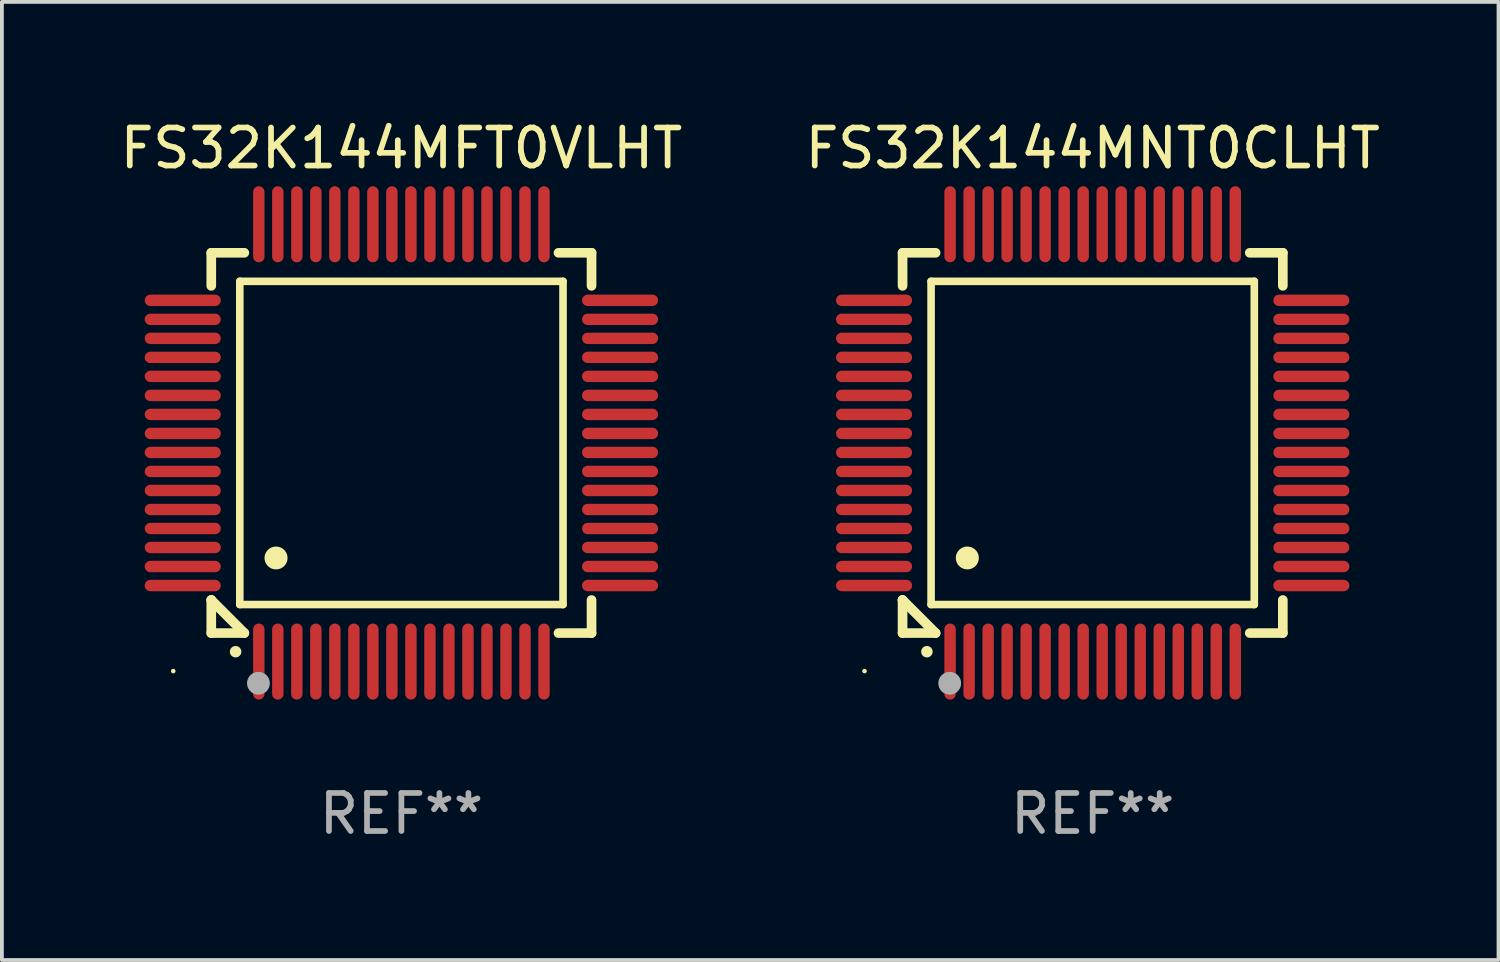
<source format=kicad_pcb>
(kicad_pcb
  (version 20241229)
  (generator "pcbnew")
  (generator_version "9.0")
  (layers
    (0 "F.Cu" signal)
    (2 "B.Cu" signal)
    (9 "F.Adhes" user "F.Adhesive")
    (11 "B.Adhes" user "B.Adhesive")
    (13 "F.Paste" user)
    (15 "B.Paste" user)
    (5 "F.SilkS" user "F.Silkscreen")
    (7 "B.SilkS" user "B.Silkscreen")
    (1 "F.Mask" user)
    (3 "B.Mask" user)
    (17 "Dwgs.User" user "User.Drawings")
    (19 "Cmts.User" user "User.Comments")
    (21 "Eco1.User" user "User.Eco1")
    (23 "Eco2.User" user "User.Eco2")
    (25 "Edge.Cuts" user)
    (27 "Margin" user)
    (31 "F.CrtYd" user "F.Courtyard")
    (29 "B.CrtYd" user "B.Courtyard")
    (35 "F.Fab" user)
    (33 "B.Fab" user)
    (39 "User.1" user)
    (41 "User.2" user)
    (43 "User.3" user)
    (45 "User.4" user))
  (footprint "FS32K144MNT0CLHT"
    (layer "F.Cu")
    (at 25.685 8.598)
    (property "Reference" "FS32K144MNT0CLHT" (at 0 -7.75 0) (layer "F.SilkS") (effects (font (size 1 1) (thickness 0.15))))
    (attr through_hole)
    (fp_line (start -5 -5) (end -4.131 -5) (stroke (width 0.254) (type solid)) (layer "F.SilkS"))
    (fp_line (start -5 -4.131) (end -5 -5) (stroke (width 0.254) (type solid)) (layer "F.SilkS"))
    (fp_line (start -5 4.131) (end -5 4.131) (stroke (width 0.254) (type solid)) (layer "F.SilkS"))
    (fp_line (start -5 5) (end -5 4.131) (stroke (width 0.254) (type solid)) (layer "F.SilkS"))
    (fp_line (start -5 4.131) (end -4.131 5) (stroke (width 0.254) (type solid)) (layer "F.SilkS"))
    (fp_line (start -4.25 -4.25) (end -4.25 4.25) (stroke (width 0.2) (type solid)) (layer "F.SilkS"))
    (fp_line (start -4.25 4.25) (end 4.25 4.25) (stroke (width 0.2) (type solid)) (layer "F.SilkS"))
    (fp_line (start -4.131 5) (end -5 5) (stroke (width 0.254) (type solid)) (layer "F.SilkS"))
    (fp_line (start 4.25 -4.25) (end -4.25 -4.25) (stroke (width 0.2) (type solid)) (layer "F.SilkS"))
    (fp_line (start 4.25 4.25) (end 4.25 -4.25) (stroke (width 0.2) (type solid)) (layer "F.SilkS"))
    (fp_line (start 5 -5) (end 4.131 -5) (stroke (width 0.254) (type solid)) (layer "F.SilkS"))
    (fp_line (start 5 -5) (end 5 -4.131) (stroke (width 0.254) (type solid)) (layer "F.SilkS"))
    (fp_line (start 5 4.131) (end 5 5) (stroke (width 0.254) (type solid)) (layer "F.SilkS"))
    (fp_line (start 5 5) (end 4.131 5) (stroke (width 0.254) (type solid)) (layer "F.SilkS"))
    (fp_arc (start -4.361265 5.489992) (mid -4.359995 5.489987) (end -4.358725 5.489992) (stroke (width 0.3) (type solid)) (layer "F.SilkS"))
    (fp_arc (start -3.299467 3.025146) (mid -3.296927 3.025135) (end -3.294387 3.025146) (stroke (width 0.6) (type solid)) (layer "F.SilkS"))
    (fp_circle (center -6 6) (end -5.97 6) (stroke (width 0.06) (type solid)) (fill no) (layer "F.SilkS"))
    (fp_circle (center -3.76 6.32) (end -3.61 6.32) (stroke (width 0.3) (type solid)) (fill no) (layer "F.Fab"))
    (fp_text user "REF**" (at 0 9.75 0) (layer "F.Fab") (effects (font (size 1 1) (thickness 0.15))))
    (pad "1" smd oval (at -3.75 5.75) (size 0.3 2) (layers "F.Cu" "F.Mask" "F.Paste"))
    (pad "2" smd oval (at -3.25 5.75) (size 0.3 2) (layers "F.Cu" "F.Mask" "F.Paste"))
    (pad "3" smd oval (at -2.75 5.75) (size 0.3 2) (layers "F.Cu" "F.Mask" "F.Paste"))
    (pad "4" smd oval (at -2.25 5.75) (size 0.3 2) (layers "F.Cu" "F.Mask" "F.Paste"))
    (pad "5" smd oval (at -1.75 5.75) (size 0.3 2) (layers "F.Cu" "F.Mask" "F.Paste"))
    (pad "6" smd oval (at -1.25 5.75) (size 0.3 2) (layers "F.Cu" "F.Mask" "F.Paste"))
    (pad "7" smd oval (at -0.75 5.75) (size 0.3 2) (layers "F.Cu" "F.Mask" "F.Paste"))
    (pad "8" smd oval (at -0.25 5.75) (size 0.3 2) (layers "F.Cu" "F.Mask" "F.Paste"))
    (pad "9" smd oval (at 0.25 5.75) (size 0.3 2) (layers "F.Cu" "F.Mask" "F.Paste"))
    (pad "10" smd oval (at 0.75 5.75) (size 0.3 2) (layers "F.Cu" "F.Mask" "F.Paste"))
    (pad "11" smd oval (at 1.25 5.75) (size 0.3 2) (layers "F.Cu" "F.Mask" "F.Paste"))
    (pad "12" smd oval (at 1.75 5.75) (size 0.3 2) (layers "F.Cu" "F.Mask" "F.Paste"))
    (pad "13" smd oval (at 2.25 5.75) (size 0.3 2) (layers "F.Cu" "F.Mask" "F.Paste"))
    (pad "14" smd oval (at 2.75 5.75) (size 0.3 2) (layers "F.Cu" "F.Mask" "F.Paste"))
    (pad "15" smd oval (at 3.25 5.75) (size 0.3 2) (layers "F.Cu" "F.Mask" "F.Paste"))
    (pad "16" smd oval (at 3.75 5.75) (size 0.3 2) (layers "F.Cu" "F.Mask" "F.Paste"))
    (pad "17" smd oval (at 5.75 3.75) (size 2 0.3) (layers "F.Cu" "F.Mask" "F.Paste"))
    (pad "18" smd oval (at 5.75 3.25) (size 2 0.3) (layers "F.Cu" "F.Mask" "F.Paste"))
    (pad "19" smd oval (at 5.75 2.75) (size 2 0.3) (layers "F.Cu" "F.Mask" "F.Paste"))
    (pad "20" smd oval (at 5.75 2.25) (size 2 0.3) (layers "F.Cu" "F.Mask" "F.Paste"))
    (pad "21" smd oval (at 5.75 1.75) (size 2 0.3) (layers "F.Cu" "F.Mask" "F.Paste"))
    (pad "22" smd oval (at 5.75 1.25) (size 2 0.3) (layers "F.Cu" "F.Mask" "F.Paste"))
    (pad "23" smd oval (at 5.75 0.75) (size 2 0.3) (layers "F.Cu" "F.Mask" "F.Paste"))
    (pad "24" smd oval (at 5.75 0.25) (size 2 0.3) (layers "F.Cu" "F.Mask" "F.Paste"))
    (pad "25" smd oval (at 5.75 -0.25) (size 2 0.3) (layers "F.Cu" "F.Mask" "F.Paste"))
    (pad "26" smd oval (at 5.75 -0.75) (size 2 0.3) (layers "F.Cu" "F.Mask" "F.Paste"))
    (pad "27" smd oval (at 5.75 -1.25) (size 2 0.3) (layers "F.Cu" "F.Mask" "F.Paste"))
    (pad "28" smd oval (at 5.75 -1.75) (size 2 0.3) (layers "F.Cu" "F.Mask" "F.Paste"))
    (pad "29" smd oval (at 5.75 -2.25) (size 2 0.3) (layers "F.Cu" "F.Mask" "F.Paste"))
    (pad "30" smd oval (at 5.75 -2.75) (size 2 0.3) (layers "F.Cu" "F.Mask" "F.Paste"))
    (pad "31" smd oval (at 5.75 -3.25) (size 2 0.3) (layers "F.Cu" "F.Mask" "F.Paste"))
    (pad "32" smd oval (at 5.75 -3.75) (size 2 0.3) (layers "F.Cu" "F.Mask" "F.Paste"))
    (pad "33" smd oval (at 3.75 -5.75) (size 0.3 2) (layers "F.Cu" "F.Mask" "F.Paste"))
    (pad "34" smd oval (at 3.25 -5.75) (size 0.3 2) (layers "F.Cu" "F.Mask" "F.Paste"))
    (pad "35" smd oval (at 2.75 -5.75) (size 0.3 2) (layers "F.Cu" "F.Mask" "F.Paste"))
    (pad "36" smd oval (at 2.25 -5.75) (size 0.3 2) (layers "F.Cu" "F.Mask" "F.Paste"))
    (pad "37" smd oval (at 1.75 -5.75) (size 0.3 2) (layers "F.Cu" "F.Mask" "F.Paste"))
    (pad "38" smd oval (at 1.25 -5.75) (size 0.3 2) (layers "F.Cu" "F.Mask" "F.Paste"))
    (pad "39" smd oval (at 0.75 -5.75) (size 0.3 2) (layers "F.Cu" "F.Mask" "F.Paste"))
    (pad "40" smd oval (at 0.25 -5.75) (size 0.3 2) (layers "F.Cu" "F.Mask" "F.Paste"))
    (pad "41" smd oval (at -0.25 -5.75) (size 0.3 2) (layers "F.Cu" "F.Mask" "F.Paste"))
    (pad "42" smd oval (at -0.75 -5.75) (size 0.3 2) (layers "F.Cu" "F.Mask" "F.Paste"))
    (pad "43" smd oval (at -1.25 -5.75) (size 0.3 2) (layers "F.Cu" "F.Mask" "F.Paste"))
    (pad "44" smd oval (at -1.75 -5.75) (size 0.3 2) (layers "F.Cu" "F.Mask" "F.Paste"))
    (pad "45" smd oval (at -2.25 -5.75) (size 0.3 2) (layers "F.Cu" "F.Mask" "F.Paste"))
    (pad "46" smd oval (at -2.75 -5.75) (size 0.3 2) (layers "F.Cu" "F.Mask" "F.Paste"))
    (pad "47" smd oval (at -3.25 -5.75) (size 0.3 2) (layers "F.Cu" "F.Mask" "F.Paste"))
    (pad "48" smd oval (at -3.75 -5.75) (size 0.3 2) (layers "F.Cu" "F.Mask" "F.Paste"))
    (pad "49" smd oval (at -5.75 -3.75) (size 2 0.3) (layers "F.Cu" "F.Mask" "F.Paste"))
    (pad "50" smd oval (at -5.75 -3.25) (size 2 0.3) (layers "F.Cu" "F.Mask" "F.Paste"))
    (pad "51" smd oval (at -5.75 -2.75) (size 2 0.3) (layers "F.Cu" "F.Mask" "F.Paste"))
    (pad "52" smd oval (at -5.75 -2.25) (size 2 0.3) (layers "F.Cu" "F.Mask" "F.Paste"))
    (pad "53" smd oval (at -5.75 -1.75) (size 2 0.3) (layers "F.Cu" "F.Mask" "F.Paste"))
    (pad "54" smd oval (at -5.75 -1.25) (size 2 0.3) (layers "F.Cu" "F.Mask" "F.Paste"))
    (pad "55" smd oval (at -5.75 -0.75) (size 2 0.3) (layers "F.Cu" "F.Mask" "F.Paste"))
    (pad "56" smd oval (at -5.75 -0.25) (size 2 0.3) (layers "F.Cu" "F.Mask" "F.Paste"))
    (pad "57" smd oval (at -5.75 0.25) (size 2 0.3) (layers "F.Cu" "F.Mask" "F.Paste"))
    (pad "58" smd oval (at -5.75 0.75) (size 2 0.3) (layers "F.Cu" "F.Mask" "F.Paste"))
    (pad "59" smd oval (at -5.75 1.25) (size 2 0.3) (layers "F.Cu" "F.Mask" "F.Paste"))
    (pad "60" smd oval (at -5.75 1.75) (size 2 0.3) (layers "F.Cu" "F.Mask" "F.Paste"))
    (pad "61" smd oval (at -5.75 2.25) (size 2 0.3) (layers "F.Cu" "F.Mask" "F.Paste"))
    (pad "62" smd oval (at -5.75 2.75) (size 2 0.3) (layers "F.Cu" "F.Mask" "F.Paste"))
    (pad "63" smd oval (at -5.75 3.25) (size 2 0.3) (layers "F.Cu" "F.Mask" "F.Paste"))
    (pad "64" smd oval (at -5.75 3.75) (size 2 0.3) (layers "F.Cu" "F.Mask" "F.Paste")))
  (footprint "FS32K144MFT0VLHT"
    (layer "F.Cu")
    (at 7.506 8.598)
    (property "Reference" "FS32K144MFT0VLHT" (at 0 -7.75 0) (layer "F.SilkS") (effects (font (size 1 1) (thickness 0.15))))
    (attr through_hole)
    (fp_line (start -5 -5) (end -4.131 -5) (stroke (width 0.254) (type solid)) (layer "F.SilkS"))
    (fp_line (start -5 -4.131) (end -5 -5) (stroke (width 0.254) (type solid)) (layer "F.SilkS"))
    (fp_line (start -5 4.131) (end -5 4.131) (stroke (width 0.254) (type solid)) (layer "F.SilkS"))
    (fp_line (start -5 5) (end -5 4.131) (stroke (width 0.254) (type solid)) (layer "F.SilkS"))
    (fp_line (start -5 4.131) (end -4.131 5) (stroke (width 0.254) (type solid)) (layer "F.SilkS"))
    (fp_line (start -4.25 -4.25) (end -4.25 4.25) (stroke (width 0.2) (type solid)) (layer "F.SilkS"))
    (fp_line (start -4.25 4.25) (end 4.25 4.25) (stroke (width 0.2) (type solid)) (layer "F.SilkS"))
    (fp_line (start -4.131 5) (end -5 5) (stroke (width 0.254) (type solid)) (layer "F.SilkS"))
    (fp_line (start 4.25 -4.25) (end -4.25 -4.25) (stroke (width 0.2) (type solid)) (layer "F.SilkS"))
    (fp_line (start 4.25 4.25) (end 4.25 -4.25) (stroke (width 0.2) (type solid)) (layer "F.SilkS"))
    (fp_line (start 5 -5) (end 4.131 -5) (stroke (width 0.254) (type solid)) (layer "F.SilkS"))
    (fp_line (start 5 -5) (end 5 -4.131) (stroke (width 0.254) (type solid)) (layer "F.SilkS"))
    (fp_line (start 5 4.131) (end 5 5) (stroke (width 0.254) (type solid)) (layer "F.SilkS"))
    (fp_line (start 5 5) (end 4.131 5) (stroke (width 0.254) (type solid)) (layer "F.SilkS"))
    (fp_arc (start -4.361265 5.489992) (mid -4.359995 5.489987) (end -4.358725 5.489992) (stroke (width 0.3) (type solid)) (layer "F.SilkS"))
    (fp_arc (start -3.299467 3.025146) (mid -3.296927 3.025135) (end -3.294387 3.025146) (stroke (width 0.6) (type solid)) (layer "F.SilkS"))
    (fp_circle (center -6 6) (end -5.97 6) (stroke (width 0.06) (type solid)) (fill no) (layer "F.SilkS"))
    (fp_circle (center -3.76 6.32) (end -3.61 6.32) (stroke (width 0.3) (type solid)) (fill no) (layer "F.Fab"))
    (fp_text user "REF**" (at 0 9.75 0) (layer "F.Fab") (effects (font (size 1 1) (thickness 0.15))))
    (pad "1" smd oval (at -3.75 5.75) (size 0.3 2) (layers "F.Cu" "F.Mask" "F.Paste"))
    (pad "2" smd oval (at -3.25 5.75) (size 0.3 2) (layers "F.Cu" "F.Mask" "F.Paste"))
    (pad "3" smd oval (at -2.75 5.75) (size 0.3 2) (layers "F.Cu" "F.Mask" "F.Paste"))
    (pad "4" smd oval (at -2.25 5.75) (size 0.3 2) (layers "F.Cu" "F.Mask" "F.Paste"))
    (pad "5" smd oval (at -1.75 5.75) (size 0.3 2) (layers "F.Cu" "F.Mask" "F.Paste"))
    (pad "6" smd oval (at -1.25 5.75) (size 0.3 2) (layers "F.Cu" "F.Mask" "F.Paste"))
    (pad "7" smd oval (at -0.75 5.75) (size 0.3 2) (layers "F.Cu" "F.Mask" "F.Paste"))
    (pad "8" smd oval (at -0.25 5.75) (size 0.3 2) (layers "F.Cu" "F.Mask" "F.Paste"))
    (pad "9" smd oval (at 0.25 5.75) (size 0.3 2) (layers "F.Cu" "F.Mask" "F.Paste"))
    (pad "10" smd oval (at 0.75 5.75) (size 0.3 2) (layers "F.Cu" "F.Mask" "F.Paste"))
    (pad "11" smd oval (at 1.25 5.75) (size 0.3 2) (layers "F.Cu" "F.Mask" "F.Paste"))
    (pad "12" smd oval (at 1.75 5.75) (size 0.3 2) (layers "F.Cu" "F.Mask" "F.Paste"))
    (pad "13" smd oval (at 2.25 5.75) (size 0.3 2) (layers "F.Cu" "F.Mask" "F.Paste"))
    (pad "14" smd oval (at 2.75 5.75) (size 0.3 2) (layers "F.Cu" "F.Mask" "F.Paste"))
    (pad "15" smd oval (at 3.25 5.75) (size 0.3 2) (layers "F.Cu" "F.Mask" "F.Paste"))
    (pad "16" smd oval (at 3.75 5.75) (size 0.3 2) (layers "F.Cu" "F.Mask" "F.Paste"))
    (pad "17" smd oval (at 5.75 3.75) (size 2 0.3) (layers "F.Cu" "F.Mask" "F.Paste"))
    (pad "18" smd oval (at 5.75 3.25) (size 2 0.3) (layers "F.Cu" "F.Mask" "F.Paste"))
    (pad "19" smd oval (at 5.75 2.75) (size 2 0.3) (layers "F.Cu" "F.Mask" "F.Paste"))
    (pad "20" smd oval (at 5.75 2.25) (size 2 0.3) (layers "F.Cu" "F.Mask" "F.Paste"))
    (pad "21" smd oval (at 5.75 1.75) (size 2 0.3) (layers "F.Cu" "F.Mask" "F.Paste"))
    (pad "22" smd oval (at 5.75 1.25) (size 2 0.3) (layers "F.Cu" "F.Mask" "F.Paste"))
    (pad "23" smd oval (at 5.75 0.75) (size 2 0.3) (layers "F.Cu" "F.Mask" "F.Paste"))
    (pad "24" smd oval (at 5.75 0.25) (size 2 0.3) (layers "F.Cu" "F.Mask" "F.Paste"))
    (pad "25" smd oval (at 5.75 -0.25) (size 2 0.3) (layers "F.Cu" "F.Mask" "F.Paste"))
    (pad "26" smd oval (at 5.75 -0.75) (size 2 0.3) (layers "F.Cu" "F.Mask" "F.Paste"))
    (pad "27" smd oval (at 5.75 -1.25) (size 2 0.3) (layers "F.Cu" "F.Mask" "F.Paste"))
    (pad "28" smd oval (at 5.75 -1.75) (size 2 0.3) (layers "F.Cu" "F.Mask" "F.Paste"))
    (pad "29" smd oval (at 5.75 -2.25) (size 2 0.3) (layers "F.Cu" "F.Mask" "F.Paste"))
    (pad "30" smd oval (at 5.75 -2.75) (size 2 0.3) (layers "F.Cu" "F.Mask" "F.Paste"))
    (pad "31" smd oval (at 5.75 -3.25) (size 2 0.3) (layers "F.Cu" "F.Mask" "F.Paste"))
    (pad "32" smd oval (at 5.75 -3.75) (size 2 0.3) (layers "F.Cu" "F.Mask" "F.Paste"))
    (pad "33" smd oval (at 3.75 -5.75) (size 0.3 2) (layers "F.Cu" "F.Mask" "F.Paste"))
    (pad "34" smd oval (at 3.25 -5.75) (size 0.3 2) (layers "F.Cu" "F.Mask" "F.Paste"))
    (pad "35" smd oval (at 2.75 -5.75) (size 0.3 2) (layers "F.Cu" "F.Mask" "F.Paste"))
    (pad "36" smd oval (at 2.25 -5.75) (size 0.3 2) (layers "F.Cu" "F.Mask" "F.Paste"))
    (pad "37" smd oval (at 1.75 -5.75) (size 0.3 2) (layers "F.Cu" "F.Mask" "F.Paste"))
    (pad "38" smd oval (at 1.25 -5.75) (size 0.3 2) (layers "F.Cu" "F.Mask" "F.Paste"))
    (pad "39" smd oval (at 0.75 -5.75) (size 0.3 2) (layers "F.Cu" "F.Mask" "F.Paste"))
    (pad "40" smd oval (at 0.25 -5.75) (size 0.3 2) (layers "F.Cu" "F.Mask" "F.Paste"))
    (pad "41" smd oval (at -0.25 -5.75) (size 0.3 2) (layers "F.Cu" "F.Mask" "F.Paste"))
    (pad "42" smd oval (at -0.75 -5.75) (size 0.3 2) (layers "F.Cu" "F.Mask" "F.Paste"))
    (pad "43" smd oval (at -1.25 -5.75) (size 0.3 2) (layers "F.Cu" "F.Mask" "F.Paste"))
    (pad "44" smd oval (at -1.75 -5.75) (size 0.3 2) (layers "F.Cu" "F.Mask" "F.Paste"))
    (pad "45" smd oval (at -2.25 -5.75) (size 0.3 2) (layers "F.Cu" "F.Mask" "F.Paste"))
    (pad "46" smd oval (at -2.75 -5.75) (size 0.3 2) (layers "F.Cu" "F.Mask" "F.Paste"))
    (pad "47" smd oval (at -3.25 -5.75) (size 0.3 2) (layers "F.Cu" "F.Mask" "F.Paste"))
    (pad "48" smd oval (at -3.75 -5.75) (size 0.3 2) (layers "F.Cu" "F.Mask" "F.Paste"))
    (pad "49" smd oval (at -5.75 -3.75) (size 2 0.3) (layers "F.Cu" "F.Mask" "F.Paste"))
    (pad "50" smd oval (at -5.75 -3.25) (size 2 0.3) (layers "F.Cu" "F.Mask" "F.Paste"))
    (pad "51" smd oval (at -5.75 -2.75) (size 2 0.3) (layers "F.Cu" "F.Mask" "F.Paste"))
    (pad "52" smd oval (at -5.75 -2.25) (size 2 0.3) (layers "F.Cu" "F.Mask" "F.Paste"))
    (pad "53" smd oval (at -5.75 -1.75) (size 2 0.3) (layers "F.Cu" "F.Mask" "F.Paste"))
    (pad "54" smd oval (at -5.75 -1.25) (size 2 0.3) (layers "F.Cu" "F.Mask" "F.Paste"))
    (pad "55" smd oval (at -5.75 -0.75) (size 2 0.3) (layers "F.Cu" "F.Mask" "F.Paste"))
    (pad "56" smd oval (at -5.75 -0.25) (size 2 0.3) (layers "F.Cu" "F.Mask" "F.Paste"))
    (pad "57" smd oval (at -5.75 0.25) (size 2 0.3) (layers "F.Cu" "F.Mask" "F.Paste"))
    (pad "58" smd oval (at -5.75 0.75) (size 2 0.3) (layers "F.Cu" "F.Mask" "F.Paste"))
    (pad "59" smd oval (at -5.75 1.25) (size 2 0.3) (layers "F.Cu" "F.Mask" "F.Paste"))
    (pad "60" smd oval (at -5.75 1.75) (size 2 0.3) (layers "F.Cu" "F.Mask" "F.Paste"))
    (pad "61" smd oval (at -5.75 2.25) (size 2 0.3) (layers "F.Cu" "F.Mask" "F.Paste"))
    (pad "62" smd oval (at -5.75 2.75) (size 2 0.3) (layers "F.Cu" "F.Mask" "F.Paste"))
    (pad "63" smd oval (at -5.75 3.25) (size 2 0.3) (layers "F.Cu" "F.Mask" "F.Paste"))
    (pad "64" smd oval (at -5.75 3.75) (size 2 0.3) (layers "F.Cu" "F.Mask" "F.Paste")))
  (gr_rect
    (start -3 -3)
    (end 36.357 22.196)
    (stroke (width 0.1) (type default))
    (fill no)
    (layer "Edge.Cuts")))
</source>
